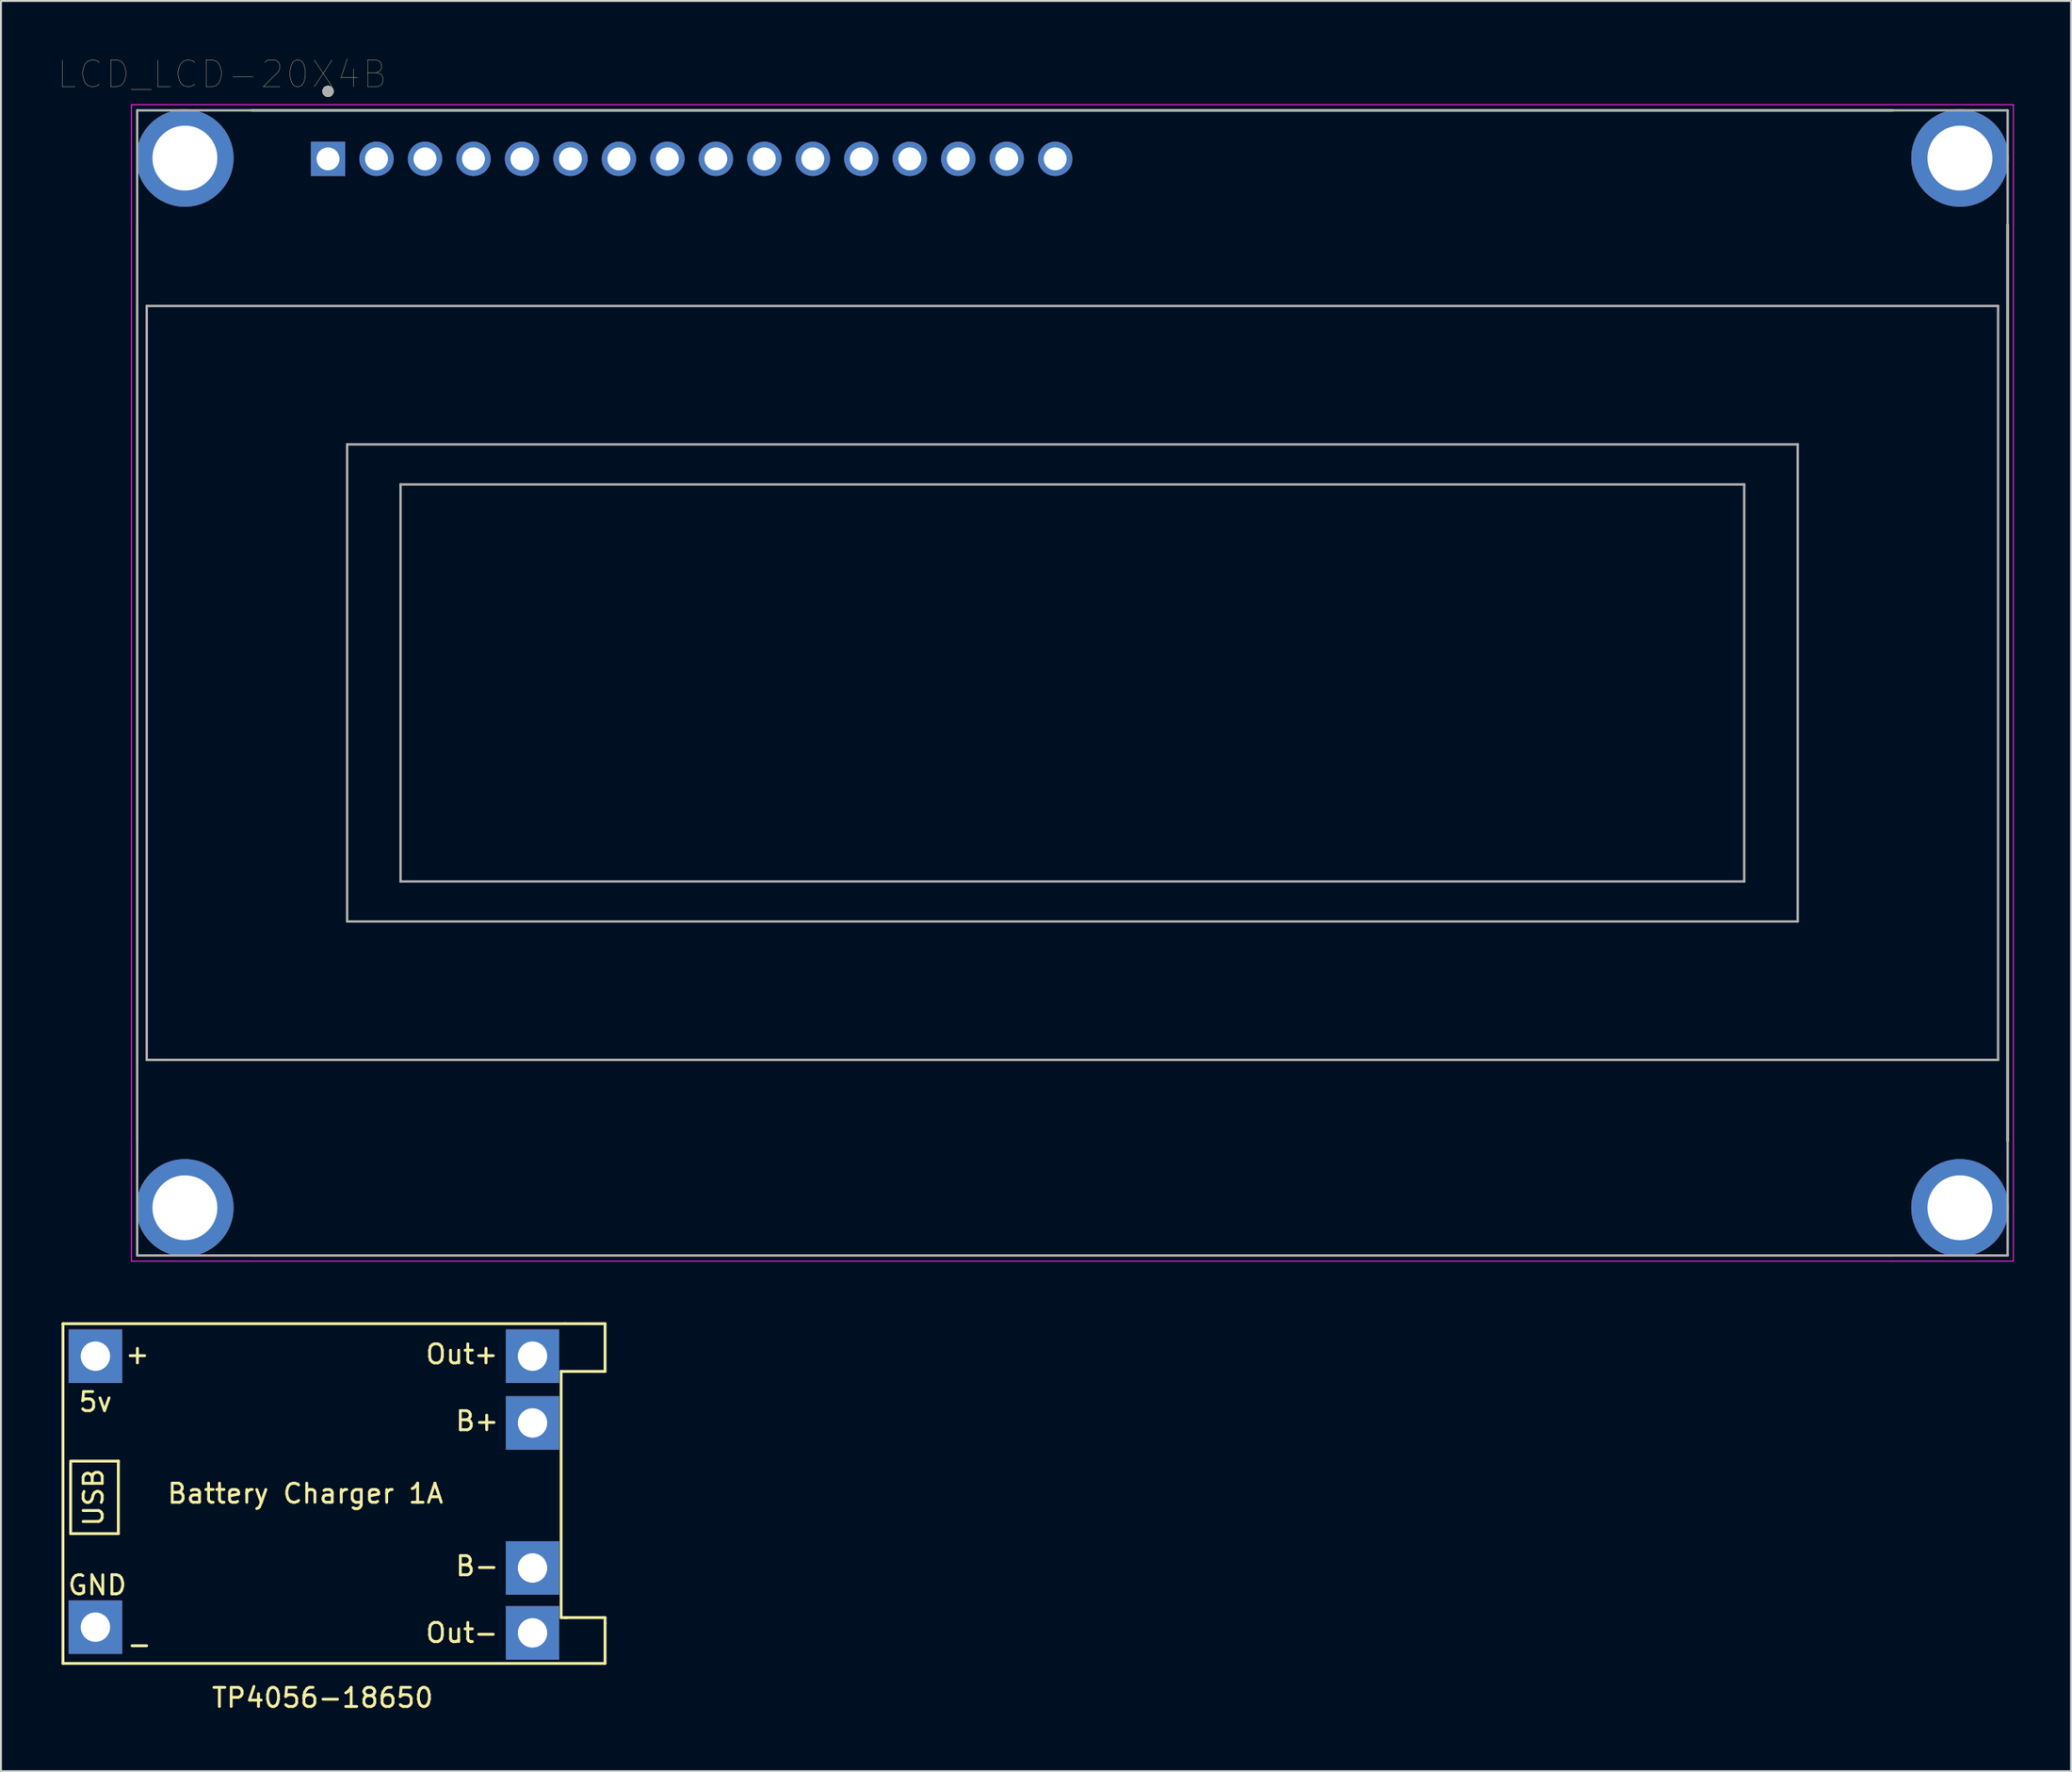
<source format=kicad_pcb>
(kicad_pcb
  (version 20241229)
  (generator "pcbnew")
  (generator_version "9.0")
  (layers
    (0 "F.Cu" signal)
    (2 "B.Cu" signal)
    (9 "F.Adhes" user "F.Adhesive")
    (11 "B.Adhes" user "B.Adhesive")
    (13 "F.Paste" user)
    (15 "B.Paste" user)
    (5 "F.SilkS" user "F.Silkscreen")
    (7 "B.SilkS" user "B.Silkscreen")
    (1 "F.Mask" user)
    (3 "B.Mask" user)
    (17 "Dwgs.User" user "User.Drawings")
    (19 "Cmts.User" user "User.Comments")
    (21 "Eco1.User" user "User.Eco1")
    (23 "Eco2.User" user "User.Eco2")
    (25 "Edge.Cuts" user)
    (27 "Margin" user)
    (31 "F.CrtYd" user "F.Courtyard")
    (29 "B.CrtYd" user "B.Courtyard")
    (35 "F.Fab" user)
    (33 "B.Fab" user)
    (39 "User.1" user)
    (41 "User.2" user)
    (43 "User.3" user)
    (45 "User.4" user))
  (footprint "TP4056-18650"
    (layer "F.Cu")
    (at 0.25 66.309)
    (property "Reference" "TP4056-18650" (at 13.6 19.6 0) (layer "F.SilkS") (effects (font (size 1 1) (thickness 0.15))))
    (attr through_hole)
    (fp_line (start 0 0) (end 26.3 0) (stroke (width 0.15) (type solid)) (layer "F.SilkS"))
    (fp_line (start 0 17.8) (end 0 0) (stroke (width 0.15) (type solid)) (layer "F.SilkS"))
    (fp_line (start 0.4 7.2) (end 2.9 7.2) (stroke (width 0.15) (type solid)) (layer "F.SilkS"))
    (fp_line (start 0.4 11) (end 0.4 7.3) (stroke (width 0.15) (type solid)) (layer "F.SilkS"))
    (fp_line (start 2.9 7.2) (end 2.9 11) (stroke (width 0.15) (type solid)) (layer "F.SilkS"))
    (fp_line (start 2.9 11) (end 0.4 11) (stroke (width 0.15) (type solid)) (layer "F.SilkS"))
    (fp_line (start 26.1 2.5) (end 26.1 15.4) (stroke (width 0.15) (type solid)) (layer "F.SilkS"))
    (fp_line (start 26.1 15.4) (end 26.4 15.4) (stroke (width 0.15) (type solid)) (layer "F.SilkS"))
    (fp_line (start 26.3 0) (end 28.4 0) (stroke (width 0.15) (type solid)) (layer "F.SilkS"))
    (fp_line (start 26.3 15.4) (end 28.4 15.4) (stroke (width 0.15) (type solid)) (layer "F.SilkS"))
    (fp_line (start 28.4 0) (end 28.4 2.5) (stroke (width 0.15) (type solid)) (layer "F.SilkS"))
    (fp_line (start 28.4 2.5) (end 26.1 2.5) (stroke (width 0.15) (type solid)) (layer "F.SilkS"))
    (fp_line (start 28.4 15.4) (end 28.4 15.7) (stroke (width 0.15) (type solid)) (layer "F.SilkS"))
    (fp_line (start 28.4 15.7) (end 28.4 17.8) (stroke (width 0.15) (type solid)) (layer "F.SilkS"))
    (fp_line (start 28.4 17.8) (end 0 17.8) (stroke (width 0.15) (type solid)) (layer "F.SilkS"))
    (fp_text user "-" (at 4 16.8 0) (layer "F.SilkS") (effects (font (size 1 1) (thickness 0.15))))
    (fp_text user "GND" (at 1.8 13.7 0) (layer "F.SilkS") (effects (font (size 1 1) (thickness 0.15))))
    (fp_text user "5v" (at 1.7 4.1 0) (layer "F.SilkS") (effects (font (size 1 1) (thickness 0.15))))
    (fp_text user "+" (at 3.9 1.6 0) (layer "F.SilkS") (effects (font (size 1 1) (thickness 0.15))))
    (fp_text user "Out+" (at 20.9 1.6 0) (layer "F.SilkS") (effects (font (size 1 1) (thickness 0.15))))
    (fp_text user "USB" (at 1.6 9.1 90) (layer "F.SilkS") (effects (font (size 1 1) (thickness 0.15))))
    (fp_text user "Out-" (at 20.9 16.2 0) (layer "F.SilkS") (effects (font (size 1 1) (thickness 0.15))))
    (fp_text user "Battery Charger 1A" (at 12.7 8.9 0) (layer "F.SilkS") (effects (font (size 1 1) (thickness 0.15))))
    (fp_text user "B-" (at 21.7 12.7 0) (layer "F.SilkS") (effects (font (size 1 1) (thickness 0.15))))
    (fp_text user "B+" (at 21.7 5.1 0) (layer "F.SilkS") (effects (font (size 1 1) (thickness 0.15))))
    (pad "1" thru_hole rect (at 1.7 1.7) (size 2.8 2.8) (drill 1.54) (layers "*.Cu" "*.Mask"))
    (pad "2" thru_hole rect (at 1.7 15.9) (size 2.8 2.8) (drill 1.54) (layers "*.Cu" "*.Mask"))
    (pad "3" thru_hole rect (at 24.6 1.7) (size 2.8 2.8) (drill 1.54) (layers "*.Cu" "*.Mask"))
    (pad "4" thru_hole rect (at 24.6 5.2) (size 2.8 2.8) (drill 1.54) (layers "*.Cu" "*.Mask"))
    (pad "5" thru_hole rect (at 24.6 12.8) (size 2.8 2.8) (drill 1.54) (layers "*.Cu" "*.Mask"))
    (pad "6" thru_hole rect (at 24.6 16.2) (size 2.8 2.8) (drill 1.54) (layers "*.Cu" "*.Mask")))
  (footprint "LCD_LCD-20X4B"
    (layer "F.Cu")
    (at 53.137 32.734)
    (property "Reference" "LCD_LCD-20X4B" (at -44.555 -31.889 0) (layer "F.SilkS") (effects (font (size 1.4 1.4) (thickness 0.015))))
    (attr through_hole)
    (fp_line (start -49 24) (end -49 -24) (stroke (width 0.127) (type solid)) (layer "F.SilkS"))
    (fp_line (start -43 -30) (end 43 -30) (stroke (width 0.127) (type solid)) (layer "F.SilkS"))
    (fp_line (start 43 30) (end -43 30) (stroke (width 0.127) (type solid)) (layer "F.SilkS"))
    (fp_line (start 49 -24) (end 49 24) (stroke (width 0.127) (type solid)) (layer "F.SilkS"))
    (fp_circle (center -39 -31) (end -38.85 -31) (stroke (width 0.3) (type solid)) (fill no) (layer "F.SilkS"))
    (fp_line (start -49.3 -30.3) (end 49.3 -30.3) (stroke (width 0.05) (type solid)) (layer "F.CrtYd"))
    (fp_line (start -49.3 30.3) (end -49.3 -30.3) (stroke (width 0.05) (type solid)) (layer "F.CrtYd"))
    (fp_line (start 49.3 -30.3) (end 49.3 30.3) (stroke (width 0.05) (type solid)) (layer "F.CrtYd"))
    (fp_line (start 49.3 30.3) (end -49.3 30.3) (stroke (width 0.05) (type solid)) (layer "F.CrtYd"))
    (fp_line (start -49 -30) (end 49 -30) (stroke (width 0.127) (type solid)) (layer "F.Fab"))
    (fp_line (start -49 30) (end -49 -30) (stroke (width 0.127) (type solid)) (layer "F.Fab"))
    (fp_line (start -48.5 -19.75) (end -48.5 19.75) (stroke (width 0.127) (type solid)) (layer "F.Fab"))
    (fp_line (start -48.5 19.75) (end 48.5 19.75) (stroke (width 0.127) (type solid)) (layer "F.Fab"))
    (fp_line (start -38 -12.5) (end 38 -12.5) (stroke (width 0.127) (type solid)) (layer "F.Fab"))
    (fp_line (start -38 12.5) (end -38 -12.5) (stroke (width 0.127) (type solid)) (layer "F.Fab"))
    (fp_line (start -35.2 -10.4) (end -35.2 10.4) (stroke (width 0.127) (type solid)) (layer "F.Fab"))
    (fp_line (start -35.2 10.4) (end 35.2 10.4) (stroke (width 0.127) (type solid)) (layer "F.Fab"))
    (fp_line (start 35.2 -10.4) (end -35.2 -10.4) (stroke (width 0.127) (type solid)) (layer "F.Fab"))
    (fp_line (start 35.2 10.4) (end 35.2 -10.4) (stroke (width 0.127) (type solid)) (layer "F.Fab"))
    (fp_line (start 38 -12.5) (end 38 12.5) (stroke (width 0.127) (type solid)) (layer "F.Fab"))
    (fp_line (start 38 12.5) (end -38 12.5) (stroke (width 0.127) (type solid)) (layer "F.Fab"))
    (fp_line (start 48.5 -19.75) (end -48.5 -19.75) (stroke (width 0.127) (type solid)) (layer "F.Fab"))
    (fp_line (start 48.5 19.75) (end 48.5 -19.75) (stroke (width 0.127) (type solid)) (layer "F.Fab"))
    (fp_line (start 49 -30) (end 49 30) (stroke (width 0.127) (type solid)) (layer "F.Fab"))
    (fp_line (start 49 30) (end -49 30) (stroke (width 0.127) (type solid)) (layer "F.Fab"))
    (fp_circle (center -39 -31) (end -38.85 -31) (stroke (width 0.3) (type solid)) (fill no) (layer "F.Fab"))
    (pad "1" thru_hole rect (at -39 -27.46) (size 1.8 1.8) (drill 1.2) (layers "*.Cu" "*.Mask"))
    (pad "2" thru_hole circle (at -36.46 -27.46) (size 1.8 1.8) (drill 1.2) (layers "*.Cu" "*.Mask"))
    (pad "3" thru_hole circle (at -33.92 -27.46) (size 1.8 1.8) (drill 1.2) (layers "*.Cu" "*.Mask"))
    (pad "4" thru_hole circle (at -31.38 -27.46) (size 1.8 1.8) (drill 1.2) (layers "*.Cu" "*.Mask"))
    (pad "5" thru_hole circle (at -28.84 -27.46) (size 1.8 1.8) (drill 1.2) (layers "*.Cu" "*.Mask"))
    (pad "6" thru_hole circle (at -26.3 -27.46) (size 1.8 1.8) (drill 1.2) (layers "*.Cu" "*.Mask"))
    (pad "7" thru_hole circle (at -23.76 -27.46) (size 1.8 1.8) (drill 1.2) (layers "*.Cu" "*.Mask"))
    (pad "8" thru_hole circle (at -21.22 -27.46) (size 1.8 1.8) (drill 1.2) (layers "*.Cu" "*.Mask"))
    (pad "9" thru_hole circle (at -18.68 -27.46) (size 1.8 1.8) (drill 1.2) (layers "*.Cu" "*.Mask"))
    (pad "10" thru_hole circle (at -16.14 -27.46) (size 1.8 1.8) (drill 1.2) (layers "*.Cu" "*.Mask"))
    (pad "11" thru_hole circle (at -13.6 -27.46) (size 1.8 1.8) (drill 1.2) (layers "*.Cu" "*.Mask"))
    (pad "12" thru_hole circle (at -11.06 -27.46) (size 1.8 1.8) (drill 1.2) (layers "*.Cu" "*.Mask"))
    (pad "13" thru_hole circle (at -8.52 -27.46) (size 1.8 1.8) (drill 1.2) (layers "*.Cu" "*.Mask"))
    (pad "14" thru_hole circle (at -5.98 -27.46) (size 1.8 1.8) (drill 1.2) (layers "*.Cu" "*.Mask"))
    (pad "15" thru_hole circle (at -3.44 -27.46) (size 1.8 1.8) (drill 1.2) (layers "*.Cu" "*.Mask"))
    (pad "16" thru_hole circle (at -0.9 -27.46) (size 1.8 1.8) (drill 1.2) (layers "*.Cu" "*.Mask"))
    (pad "S1" thru_hole circle (at -46.5 -27.5) (size 5.1 5.1) (drill 3.4) (layers "*.Cu" "*.Mask"))
    (pad "S2" thru_hole circle (at 46.5 -27.5) (size 5.1 5.1) (drill 3.4) (layers "*.Cu" "*.Mask"))
    (pad "S3" thru_hole circle (at -46.5 27.5) (size 5.1 5.1) (drill 3.4) (layers "*.Cu" "*.Mask"))
    (pad "S4" thru_hole circle (at 46.5 27.5) (size 5.1 5.1) (drill 3.4) (layers "*.Cu" "*.Mask")))
  (gr_rect
    (start -3 -3)
    (end 105.462 89.758)
    (stroke (width 0.1) (type default))
    (fill no)
    (layer "Edge.Cuts")))
</source>
